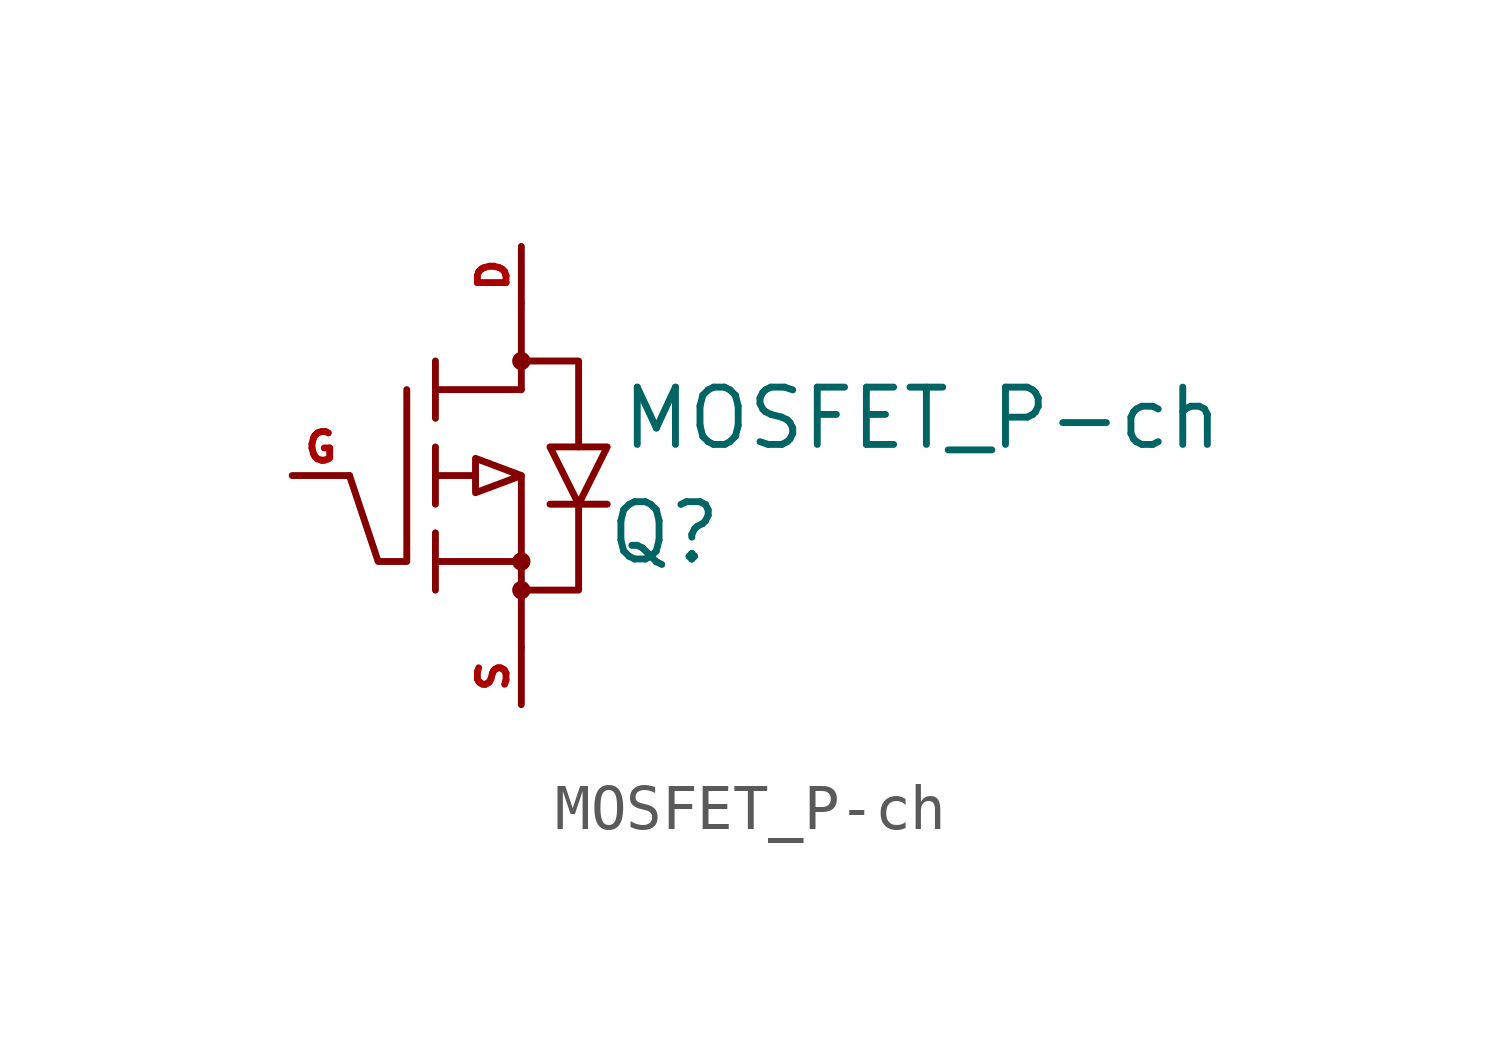
<source format=kicad_sym>
(kicad_symbol_lib
  (version 20211014)
  (generator kicad_symbol_editor)
  (symbol "MOSFET_P-ch"
    (pin_names
      (offset 1.016) hide)
    (property "Reference" "Q"
      (at 3.175 -1.27 0)
      (effects (font (size 1.27 1.27))))
    (property "Value" "MOSFET_P-ch"
      (at 8.89 1.27 0)
      (effects (font (size 1.27 1.27))))
    (symbol "MOSFET_P-ch_0_1"
      (polyline (pts (xy -1.905 0) (xy -1.016 0)) (stroke (width 0) (type default) (color 0 0 0 0)) (fill (type none)))
      (polyline (pts (xy 0 0) (xy 0 -1.905)) (stroke (width 0) (type default) (color 0 0 0 0)) (fill (type none)))
      (polyline (pts (xy 0.635 -0.635) (xy 1.905 -0.635)) (stroke (width 0) (type default) (color 0 0 0 0)) (fill (type none)))
      (polyline (pts (xy 0 0) (xy -1.016 0.381) (xy -1.016 -0.381) (xy 0 0)) (stroke (width 0) (type default) (color 0 0 0 0)) (fill (type none)))
      (polyline (pts (xy 0.635 0.635) (xy 1.905 0.635) (xy 1.27 -0.635) (xy 0.635 0.635)) (stroke (width 0) (type default) (color 0 0 0 0)) (fill (type none))))
    (symbol "MOSFET_P-ch_1_1"
      (circle (center 0 -2.54) (radius 0.127) (stroke (width 0) (type default) (color 0 0 0 0)) (fill (type outline)))
      (circle (center 0 -1.905) (radius 0.127) (stroke (width 0) (type default) (color 0 0 0 0)) (fill (type outline)))
      (polyline (pts (xy -1.905 -1.905) (xy 0 -1.905)) (stroke (width 0) (type default) (color 0 0 0 0)) (fill (type none)))
      (polyline (pts (xy -1.905 -1.27) (xy -1.905 -2.54)) (stroke (width 0) (type default) (color 0 0 0 0)) (fill (type none)))
      (polyline (pts (xy -1.905 0.635) (xy -1.905 -0.635)) (stroke (width 0) (type default) (color 0 0 0 0)) (fill (type none)))
      (polyline (pts (xy -1.905 1.905) (xy 0 1.905)) (stroke (width 0) (type default) (color 0 0 0 0)) (fill (type none)))
      (polyline (pts (xy -1.905 2.54) (xy -1.905 1.27)) (stroke (width 0) (type default) (color 0 0 0 0)) (fill (type none)))
      (polyline (pts (xy 0 -1.905) (xy 0 -3.81)) (stroke (width 0) (type default) (color 0 0 0 0)) (fill (type none)))
      (polyline (pts (xy 0 3.81) (xy 0 1.905)) (stroke (width 0) (type default) (color 0 0 0 0)) (fill (type none)))
      (polyline (pts (xy 0 -2.54) (xy 1.27 -2.54) (xy 1.27 -0.635)) (stroke (width 0) (type default) (color 0 0 0 0)) (fill (type none)))
      (polyline (pts (xy 0 2.54) (xy 1.27 2.54) (xy 1.27 0.635)) (stroke (width 0) (type default) (color 0 0 0 0)) (fill (type none)))
      (polyline (pts (xy -2.54 1.905) (xy -2.54 -1.905) (xy -3.175 -1.905) (xy -3.81 0)) (stroke (width 0) (type default) (color 0 0 0 0)) (fill (type none)))
      (circle (center 0 2.54) (radius 0.127) (stroke (width 0) (type default) (color 0 0 0 0)) (fill (type outline)))
      (pin passive line (at 0 5.08 270) (length 1.27) (name "Drain" (effects (font (size 0.635 0.635)))) (number "D" (effects (font (size 0.635 0.635)))))
      (pin passive line (at -5.08 0 0) (length 1.27) (name "Gate" (effects (font (size 0.635 0.635)))) (number "G" (effects (font (size 0.635 0.635)))))
      (pin passive line (at 0 -5.08 90) (length 1.27) (name "Source" (effects (font (size 0.635 0.635)))) (number "S" (effects (font (size 0.635 0.635))))))))
</source>
